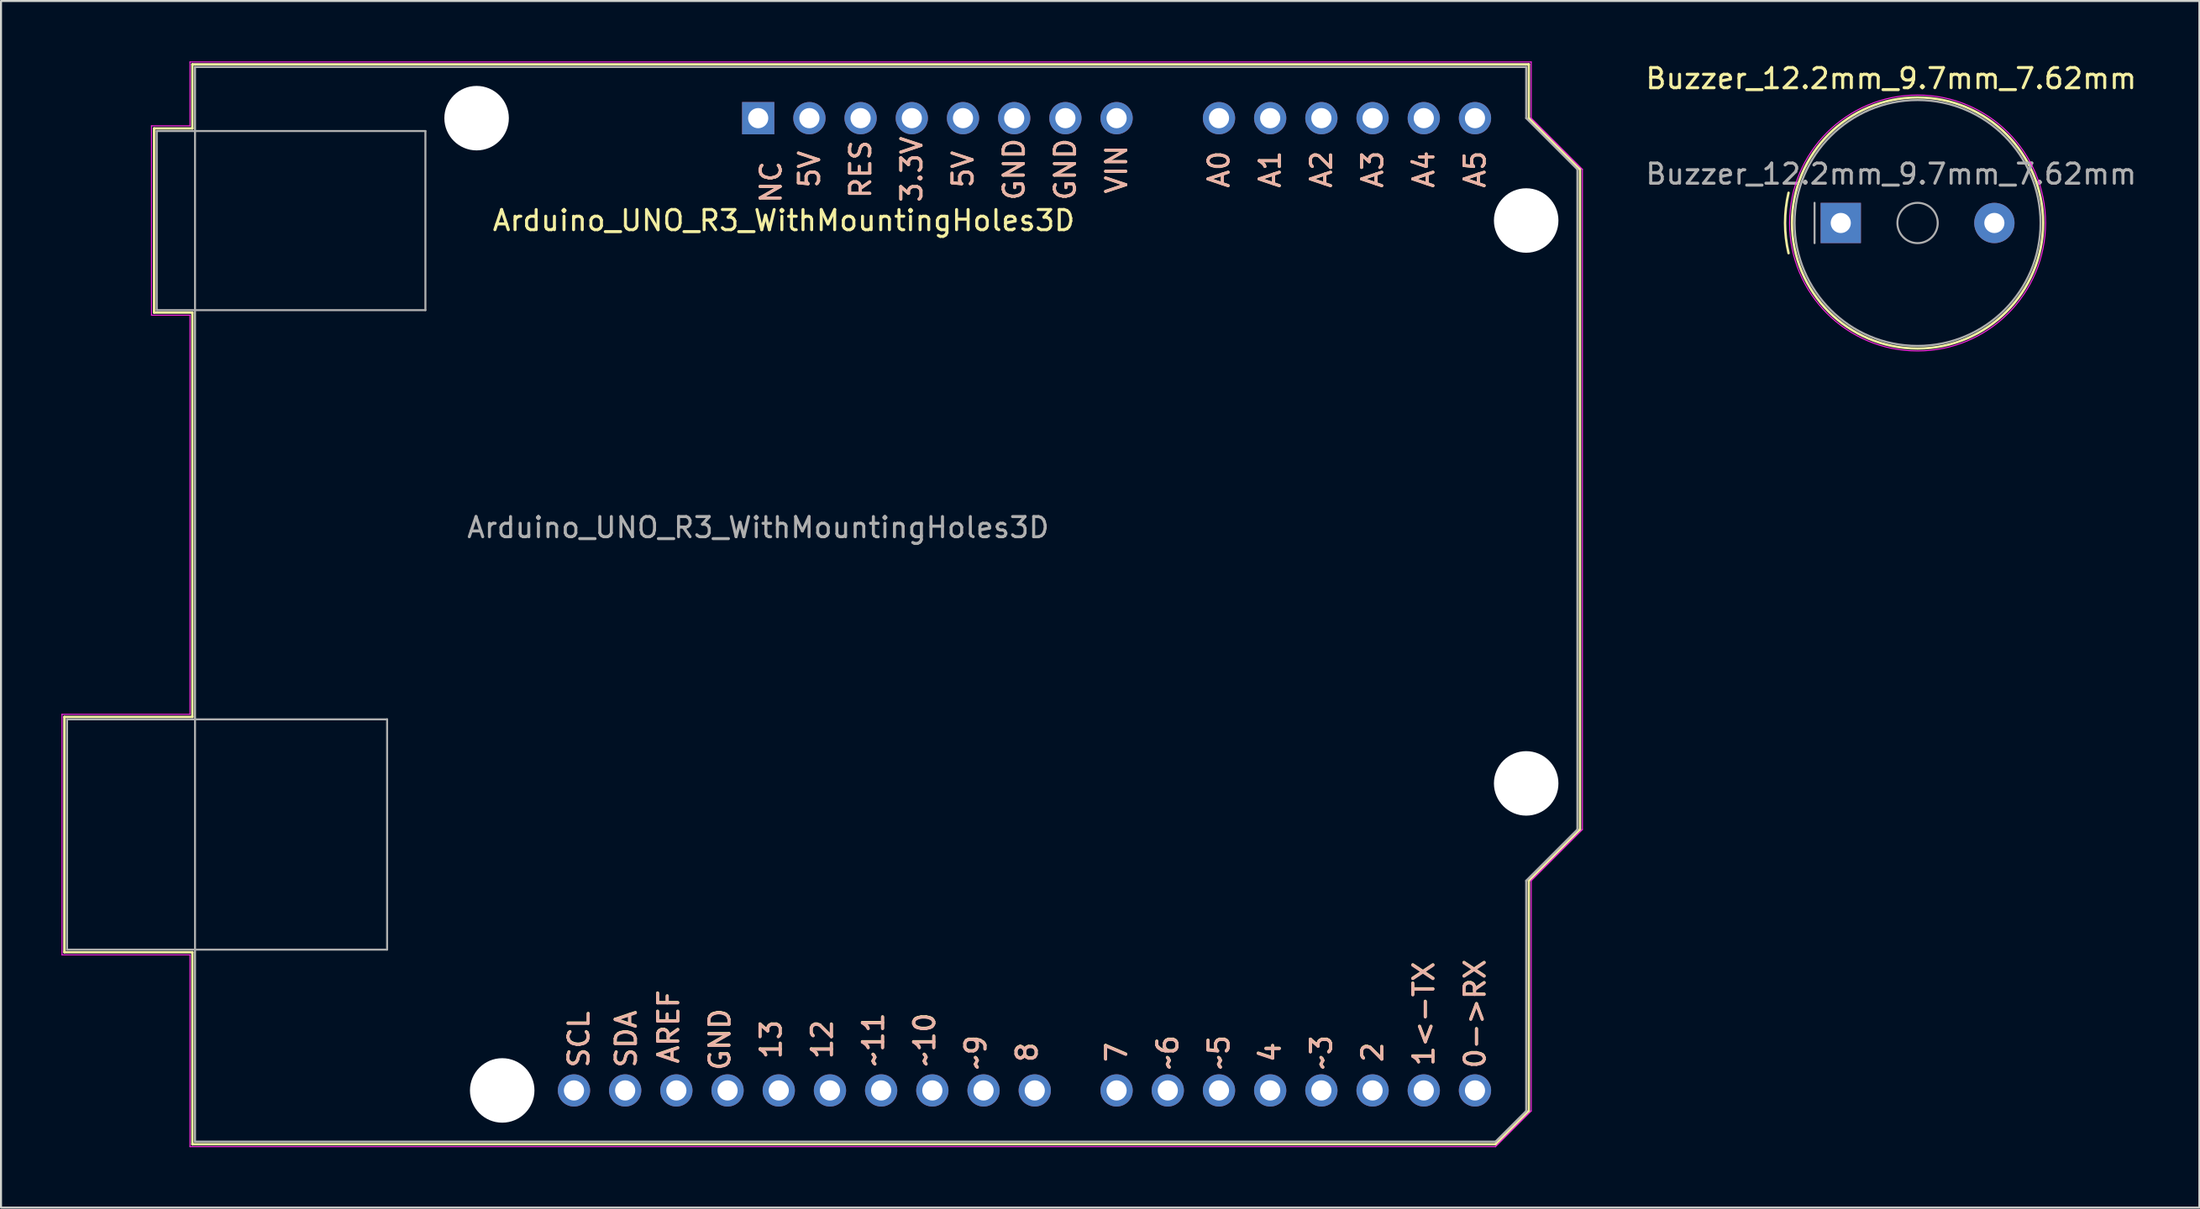
<source format=kicad_pcb>
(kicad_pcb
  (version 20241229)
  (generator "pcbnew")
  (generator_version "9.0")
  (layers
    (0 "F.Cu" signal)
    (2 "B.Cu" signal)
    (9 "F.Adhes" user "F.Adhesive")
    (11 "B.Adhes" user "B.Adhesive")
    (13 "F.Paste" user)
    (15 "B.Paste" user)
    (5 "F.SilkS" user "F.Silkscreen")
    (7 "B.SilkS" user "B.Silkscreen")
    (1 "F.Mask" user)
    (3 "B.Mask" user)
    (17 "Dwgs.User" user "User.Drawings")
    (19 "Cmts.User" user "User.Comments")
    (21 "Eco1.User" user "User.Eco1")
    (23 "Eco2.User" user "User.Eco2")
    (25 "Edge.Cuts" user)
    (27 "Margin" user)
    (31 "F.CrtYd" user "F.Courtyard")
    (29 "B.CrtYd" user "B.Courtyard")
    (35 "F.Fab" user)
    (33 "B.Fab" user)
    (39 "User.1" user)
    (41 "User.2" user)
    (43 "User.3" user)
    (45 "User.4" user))
  (footprint "Arduino_UNO_R3_WithMountingHoles3D"
    (layer "F.Cu")
    (at 34.565 2.815)
    (property "Reference" "Arduino_UNO_R3_WithMountingHoles3D" (at 1.27 5.08 180) (layer "F.SilkS") (effects (font (size 1 1) (thickness 0.15))))
    (attr through_hole)
    (fp_line (start -34.42 29.72) (end -34.42 41.4) (stroke (width 0.12) (type solid)) (layer "F.SilkS"))
    (fp_line (start -34.42 41.4) (end -28.07 41.4) (stroke (width 0.12) (type solid)) (layer "F.SilkS"))
    (fp_line (start -29.97 0.51) (end -29.97 9.65) (stroke (width 0.12) (type solid)) (layer "F.SilkS"))
    (fp_line (start -29.97 9.65) (end -28.07 9.65) (stroke (width 0.12) (type solid)) (layer "F.SilkS"))
    (fp_line (start -28.07 -2.67) (end -28.07 0.51) (stroke (width 0.12) (type solid)) (layer "F.SilkS"))
    (fp_line (start -28.07 0.51) (end -29.97 0.51) (stroke (width 0.12) (type solid)) (layer "F.SilkS"))
    (fp_line (start -28.07 9.65) (end -28.07 29.72) (stroke (width 0.12) (type solid)) (layer "F.SilkS"))
    (fp_line (start -28.07 29.72) (end -34.42 29.72) (stroke (width 0.12) (type solid)) (layer "F.SilkS"))
    (fp_line (start -28.07 41.4) (end -28.07 50.93) (stroke (width 0.12) (type solid)) (layer "F.SilkS"))
    (fp_line (start -28.07 50.93) (end 36.58 50.93) (stroke (width 0.12) (type solid)) (layer "F.SilkS"))
    (fp_line (start 36.58 50.93) (end 38.23 49.28) (stroke (width 0.12) (type solid)) (layer "F.SilkS"))
    (fp_line (start 38.23 -2.67) (end -28.07 -2.67) (stroke (width 0.12) (type solid)) (layer "F.SilkS"))
    (fp_line (start 38.23 0) (end 38.23 -2.67) (stroke (width 0.12) (type solid)) (layer "F.SilkS"))
    (fp_line (start 38.23 37.85) (end 40.77 35.31) (stroke (width 0.12) (type solid)) (layer "F.SilkS"))
    (fp_line (start 38.23 49.28) (end 38.23 37.85) (stroke (width 0.12) (type solid)) (layer "F.SilkS"))
    (fp_line (start 40.77 2.54) (end 38.23 0) (stroke (width 0.12) (type solid)) (layer "F.SilkS"))
    (fp_line (start 40.77 35.31) (end 40.77 2.54) (stroke (width 0.12) (type solid)) (layer "F.SilkS"))
    (fp_line (start -34.54 29.59) (end -28.19 29.59) (stroke (width 0.05) (type solid)) (layer "F.CrtYd"))
    (fp_line (start -34.54 41.53) (end -34.54 29.59) (stroke (width 0.05) (type solid)) (layer "F.CrtYd"))
    (fp_line (start -30.1 0.38) (end -28.19 0.38) (stroke (width 0.05) (type solid)) (layer "F.CrtYd"))
    (fp_line (start -30.1 9.78) (end -30.1 0.38) (stroke (width 0.05) (type solid)) (layer "F.CrtYd"))
    (fp_line (start -28.19 -2.79) (end 38.35 -2.79) (stroke (width 0.05) (type solid)) (layer "F.CrtYd"))
    (fp_line (start -28.19 0.38) (end -28.19 -2.79) (stroke (width 0.05) (type solid)) (layer "F.CrtYd"))
    (fp_line (start -28.19 9.78) (end -30.1 9.78) (stroke (width 0.05) (type solid)) (layer "F.CrtYd"))
    (fp_line (start -28.19 29.59) (end -28.19 9.78) (stroke (width 0.05) (type solid)) (layer "F.CrtYd"))
    (fp_line (start -28.19 41.53) (end -34.54 41.53) (stroke (width 0.05) (type solid)) (layer "F.CrtYd"))
    (fp_line (start -28.19 51.05) (end -28.19 41.53) (stroke (width 0.05) (type solid)) (layer "F.CrtYd"))
    (fp_line (start 36.58 51.05) (end -28.19 51.05) (stroke (width 0.05) (type solid)) (layer "F.CrtYd"))
    (fp_line (start 38.35 -2.79) (end 38.35 0) (stroke (width 0.05) (type solid)) (layer "F.CrtYd"))
    (fp_line (start 38.35 0) (end 40.89 2.54) (stroke (width 0.05) (type solid)) (layer "F.CrtYd"))
    (fp_line (start 38.35 37.85) (end 38.35 49.28) (stroke (width 0.05) (type solid)) (layer "F.CrtYd"))
    (fp_line (start 38.35 49.28) (end 36.58 51.05) (stroke (width 0.05) (type solid)) (layer "F.CrtYd"))
    (fp_line (start 40.89 2.54) (end 40.89 35.31) (stroke (width 0.05) (type solid)) (layer "F.CrtYd"))
    (fp_line (start 40.89 35.31) (end 38.35 37.85) (stroke (width 0.05) (type solid)) (layer "F.CrtYd"))
    (fp_line (start -34.29 29.84) (end -18.41 29.84) (stroke (width 0.1) (type solid)) (layer "F.Fab"))
    (fp_line (start -34.29 41.27) (end -34.29 29.84) (stroke (width 0.1) (type solid)) (layer "F.Fab"))
    (fp_line (start -29.84 0.64) (end -16.51 0.64) (stroke (width 0.1) (type solid)) (layer "F.Fab"))
    (fp_line (start -29.84 9.53) (end -29.84 0.64) (stroke (width 0.1) (type solid)) (layer "F.Fab"))
    (fp_line (start -27.94 -2.54) (end 38.1 -2.54) (stroke (width 0.1) (type solid)) (layer "F.Fab"))
    (fp_line (start -27.94 50.8) (end -27.94 -2.54) (stroke (width 0.1) (type solid)) (layer "F.Fab"))
    (fp_line (start -18.41 29.84) (end -18.41 41.27) (stroke (width 0.1) (type solid)) (layer "F.Fab"))
    (fp_line (start -18.41 41.27) (end -34.29 41.27) (stroke (width 0.1) (type solid)) (layer "F.Fab"))
    (fp_line (start -16.51 0.64) (end -16.51 9.53) (stroke (width 0.1) (type solid)) (layer "F.Fab"))
    (fp_line (start -16.51 9.53) (end -29.84 9.53) (stroke (width 0.1) (type solid)) (layer "F.Fab"))
    (fp_line (start 36.58 50.8) (end -27.94 50.8) (stroke (width 0.1) (type solid)) (layer "F.Fab"))
    (fp_line (start 38.1 -2.54) (end 38.1 0) (stroke (width 0.1) (type solid)) (layer "F.Fab"))
    (fp_line (start 38.1 0) (end 40.64 2.54) (stroke (width 0.1) (type solid)) (layer "F.Fab"))
    (fp_line (start 38.1 37.85) (end 38.1 49.28) (stroke (width 0.1) (type solid)) (layer "F.Fab"))
    (fp_line (start 38.1 49.28) (end 36.58 50.8) (stroke (width 0.1) (type solid)) (layer "F.Fab"))
    (fp_line (start 40.64 2.54) (end 40.64 35.31) (stroke (width 0.1) (type solid)) (layer "F.Fab"))
    (fp_line (start 40.64 35.31) (end 38.1 37.85) (stroke (width 0.1) (type solid)) (layer "F.Fab"))
    (fp_text user "~10" (at 8.255 45.72 90) (unlocked yes) (layer "F.SilkS") (effects (font (size 1 1) (thickness 0.15))))
    (fp_text user "A0" (at 22.86 2.54 90) (unlocked yes) (layer "F.SilkS") (effects (font (size 1 1) (thickness 0.15))))
    (fp_text user "~3" (at 27.94 46.355 90) (unlocked yes) (layer "F.SilkS") (effects (font (size 1 1) (thickness 0.15))))
    (fp_text user "RES" (at 5.08 2.54 90) (unlocked yes) (layer "F.SilkS") (effects (font (size 1 1) (thickness 0.15))))
    (fp_text user "A4" (at 33.02 2.54 90) (unlocked yes) (layer "F.SilkS") (effects (font (size 1 1) (thickness 0.15))))
    (fp_text user "VIN" (at 17.78 2.54 90) (unlocked yes) (layer "F.SilkS") (effects (font (size 1 1) (thickness 0.15))))
    (fp_text user "GND" (at -1.905 45.72 90) (unlocked yes) (layer "F.SilkS") (effects (font (size 1 1) (thickness 0.15))))
    (fp_text user "GND" (at 12.7 2.54 90) (unlocked yes) (layer "F.SilkS") (effects (font (size 1 1) (thickness 0.15))))
    (fp_text user "A5" (at 35.56 2.54 90) (unlocked yes) (layer "F.SilkS") (effects (font (size 1 1) (thickness 0.15))))
    (fp_text user "SCL" (at -8.89 45.72 90) (unlocked yes) (layer "F.SilkS") (effects (font (size 1 1) (thickness 0.15))))
    (fp_text user "3.3V" (at 7.62 2.54 90) (unlocked yes) (layer "F.SilkS") (effects (font (size 1 1) (thickness 0.15))))
    (fp_text user "13" (at 0.635 45.72 90) (unlocked yes) (layer "F.SilkS") (effects (font (size 1 1) (thickness 0.15))))
    (fp_text user "5V" (at 2.54 2.54 90) (unlocked yes) (layer "F.SilkS") (effects (font (size 1 1) (thickness 0.15))))
    (fp_text user "~6" (at 20.32 46.355 90) (unlocked yes) (layer "F.SilkS") (effects (font (size 1 1) (thickness 0.15))))
    (fp_text user "~11" (at 5.715 45.72 90) (unlocked yes) (layer "F.SilkS") (effects (font (size 1 1) (thickness 0.15))))
    (fp_text user "A2" (at 27.94 2.54 90) (unlocked yes) (layer "F.SilkS") (effects (font (size 1 1) (thickness 0.15))))
    (fp_text user "~9" (at 10.795 46.355 90) (unlocked yes) (layer "F.SilkS") (effects (font (size 1 1) (thickness 0.15))))
    (fp_text user "AREF" (at -4.445 45.085 90) (unlocked yes) (layer "F.SilkS") (effects (font (size 1 1) (thickness 0.15))))
    (fp_text user "GND" (at 15.24 2.54 90) (unlocked yes) (layer "F.SilkS") (effects (font (size 1 1) (thickness 0.15))))
    (fp_text user "A3" (at 30.48 2.54 90) (unlocked yes) (layer "F.SilkS") (effects (font (size 1 1) (thickness 0.15))))
    (fp_text user "~5" (at 22.86 46.355 90) (unlocked yes) (layer "F.SilkS") (effects (font (size 1 1) (thickness 0.15))))
    (fp_text user "SDA" (at -6.548 45.7 90) (unlocked yes) (layer "F.SilkS") (effects (font (size 1 1) (thickness 0.15))))
    (fp_text user "1<-TX" (at 33.02 44.45 90) (unlocked yes) (layer "F.SilkS") (effects (font (size 1 1) (thickness 0.15))))
    (fp_text user "7" (at 17.78 46.355 90) (unlocked yes) (layer "F.SilkS") (effects (font (size 1 1) (thickness 0.15))))
    (fp_text user "5V" (at 10.16 2.54 90) (unlocked yes) (layer "F.SilkS") (effects (font (size 1 1) (thickness 0.15))))
    (fp_text user "8" (at 13.335 46.355 90) (unlocked yes) (layer "F.SilkS") (effects (font (size 1 1) (thickness 0.15))))
    (fp_text user "NC" (at 0.635 3.175 90) (unlocked yes) (layer "F.SilkS") (effects (font (size 1 1) (thickness 0.15))))
    (fp_text user "0->RX" (at 35.56 44.45 90) (unlocked yes) (layer "F.SilkS") (effects (font (size 1 1) (thickness 0.15))))
    (fp_text user "4" (at 25.4 46.355 90) (unlocked yes) (layer "F.SilkS") (effects (font (size 1 1) (thickness 0.15))))
    (fp_text user "2" (at 30.48 46.355 90) (unlocked yes) (layer "F.SilkS") (effects (font (size 1 1) (thickness 0.15))))
    (fp_text user "12" (at 3.175 45.72 90) (unlocked yes) (layer "F.SilkS") (effects (font (size 1 1) (thickness 0.15))))
    (fp_text user "A1" (at 25.4 2.54 90) (unlocked yes) (layer "F.SilkS") (effects (font (size 1 1) (thickness 0.15))))
    (fp_text user "~10" (at 8.255 45.74 90) (unlocked yes) (layer "B.SilkS") (effects (font (size 1 1) (thickness 0.15))))
    (fp_text user "~5" (at 22.86 46.375 90) (unlocked yes) (layer "B.SilkS") (effects (font (size 1 1) (thickness 0.15))))
    (fp_text user "A5" (at 35.56 2.54 90) (unlocked yes) (layer "B.SilkS") (effects (font (size 1 1) (thickness 0.15))))
    (fp_text user "SCL" (at -8.89 45.74 90) (unlocked yes) (layer "B.SilkS") (effects (font (size 1 1) (thickness 0.15))))
    (fp_text user "13" (at 0.635 45.74 90) (unlocked yes) (layer "B.SilkS") (effects (font (size 1 1) (thickness 0.15))))
    (fp_text user "A1" (at 25.4 2.54 90) (unlocked yes) (layer "B.SilkS") (effects (font (size 1 1) (thickness 0.15))))
    (fp_text user "7" (at 17.78 46.375 90) (unlocked yes) (layer "B.SilkS") (effects (font (size 1 1) (thickness 0.15))))
    (fp_text user "A0" (at 22.86 2.54 90) (unlocked yes) (layer "B.SilkS") (effects (font (size 1 1) (thickness 0.15))))
    (fp_text user "~9" (at 10.795 46.375 90) (unlocked yes) (layer "B.SilkS") (effects (font (size 1 1) (thickness 0.15))))
    (fp_text user "SDA" (at -6.548 45.72 90) (unlocked yes) (layer "B.SilkS") (effects (font (size 1 1) (thickness 0.15))))
    (fp_text user "0->RX" (at 35.56 44.47 90) (unlocked yes) (layer "B.SilkS") (effects (font (size 1 1) (thickness 0.15))))
    (fp_text user "GND" (at 15.24 2.54 90) (unlocked yes) (layer "B.SilkS") (effects (font (size 1 1) (thickness 0.15))))
    (fp_text user "8" (at 13.335 46.375 90) (unlocked yes) (layer "B.SilkS") (effects (font (size 1 1) (thickness 0.15))))
    (fp_text user "A4" (at 33.02 2.54 90) (unlocked yes) (layer "B.SilkS") (effects (font (size 1 1) (thickness 0.15))))
    (fp_text user "NC" (at 0.635 3.175 90) (unlocked yes) (layer "B.SilkS") (effects (font (size 1 1) (thickness 0.15))))
    (fp_text user "1<-TX" (at 33.02 44.47 90) (unlocked yes) (layer "B.SilkS") (effects (font (size 1 1) (thickness 0.15))))
    (fp_text user "3.3V" (at 7.62 2.54 90) (unlocked yes) (layer "B.SilkS") (effects (font (size 1 1) (thickness 0.15))))
    (fp_text user "~11" (at 5.715 45.74 90) (unlocked yes) (layer "B.SilkS") (effects (font (size 1 1) (thickness 0.15))))
    (fp_text user "5V" (at 2.54 2.54 90) (unlocked yes) (layer "B.SilkS") (effects (font (size 1 1) (thickness 0.15))))
    (fp_text user "5V" (at 10.16 2.54 90) (unlocked yes) (layer "B.SilkS") (effects (font (size 1 1) (thickness 0.15))))
    (fp_text user "4" (at 25.4 46.375 90) (unlocked yes) (layer "B.SilkS") (effects (font (size 1 1) (thickness 0.15))))
    (fp_text user "GND" (at -1.905 45.74 90) (unlocked yes) (layer "B.SilkS") (effects (font (size 1 1) (thickness 0.15))))
    (fp_text user "RES" (at 5.08 2.54 90) (unlocked yes) (layer "B.SilkS") (effects (font (size 1 1) (thickness 0.15))))
    (fp_text user "12" (at 3.175 45.74 90) (unlocked yes) (layer "B.SilkS") (effects (font (size 1 1) (thickness 0.15))))
    (fp_text user "2" (at 30.48 46.375 90) (unlocked yes) (layer "B.SilkS") (effects (font (size 1 1) (thickness 0.15))))
    (fp_text user "~6" (at 20.32 46.375 90) (unlocked yes) (layer "B.SilkS") (effects (font (size 1 1) (thickness 0.15))))
    (fp_text user "A2" (at 27.94 2.54 90) (unlocked yes) (layer "B.SilkS") (effects (font (size 1 1) (thickness 0.15))))
    (fp_text user "A3" (at 30.48 2.54 90) (unlocked yes) (layer "B.SilkS") (effects (font (size 1 1) (thickness 0.15))))
    (fp_text user "~3" (at 27.94 46.375 90) (unlocked yes) (layer "B.SilkS") (effects (font (size 1 1) (thickness 0.15))))
    (fp_text user "VIN" (at 17.78 2.54 90) (unlocked yes) (layer "B.SilkS") (effects (font (size 1 1) (thickness 0.15))))
    (fp_text user "AREF" (at -4.445 45.105 90) (unlocked yes) (layer "B.SilkS") (effects (font (size 1 1) (thickness 0.15))))
    (fp_text user "GND" (at 12.7 2.54 90) (unlocked yes) (layer "B.SilkS") (effects (font (size 1 1) (thickness 0.15))))
    (fp_text user "${REFERENCE}" (at 0 20.32 180) (layer "F.Fab") (effects (font (size 1 1) (thickness 0.15))))
    (pad "" np_thru_hole circle (at -13.97 0 90) (size 3.2 3.2) (drill 3.2) (layers "*.Cu" "*.Mask"))
    (pad "" np_thru_hole circle (at -12.7 48.26 90) (size 3.2 3.2) (drill 3.2) (layers "*.Cu" "*.Mask"))
    (pad "" np_thru_hole circle (at 38.1 5.08 90) (size 3.2 3.2) (drill 3.2) (layers "*.Cu" "*.Mask"))
    (pad "" np_thru_hole circle (at 38.1 33.02 90) (size 3.2 3.2) (drill 3.2) (layers "*.Cu" "*.Mask"))
    (pad "1" thru_hole rect (at 0 0 90) (size 1.6 1.6) (drill 1) (layers "*.Cu" "*.Mask"))
    (pad "2" thru_hole oval (at 2.54 0 90) (size 1.6 1.6) (drill 1) (layers "*.Cu" "*.Mask"))
    (pad "3" thru_hole oval (at 5.08 0 90) (size 1.6 1.6) (drill 1) (layers "*.Cu" "*.Mask"))
    (pad "4" thru_hole oval (at 7.62 0 90) (size 1.6 1.6) (drill 1) (layers "*.Cu" "*.Mask"))
    (pad "5" thru_hole oval (at 10.16 0 90) (size 1.6 1.6) (drill 1) (layers "*.Cu" "*.Mask"))
    (pad "6" thru_hole oval (at 12.7 0 90) (size 1.6 1.6) (drill 1) (layers "*.Cu" "*.Mask"))
    (pad "7" thru_hole oval (at 15.24 0 90) (size 1.6 1.6) (drill 1) (layers "*.Cu" "*.Mask"))
    (pad "8" thru_hole oval (at 17.78 0 90) (size 1.6 1.6) (drill 1) (layers "*.Cu" "*.Mask"))
    (pad "9" thru_hole oval (at 22.86 0 90) (size 1.6 1.6) (drill 1) (layers "*.Cu" "*.Mask"))
    (pad "10" thru_hole oval (at 25.4 0 90) (size 1.6 1.6) (drill 1) (layers "*.Cu" "*.Mask"))
    (pad "11" thru_hole oval (at 27.94 0 90) (size 1.6 1.6) (drill 1) (layers "*.Cu" "*.Mask"))
    (pad "12" thru_hole oval (at 30.48 0 90) (size 1.6 1.6) (drill 1) (layers "*.Cu" "*.Mask"))
    (pad "13" thru_hole oval (at 33.02 0 90) (size 1.6 1.6) (drill 1) (layers "*.Cu" "*.Mask"))
    (pad "14" thru_hole oval (at 35.56 0 90) (size 1.6 1.6) (drill 1) (layers "*.Cu" "*.Mask"))
    (pad "15" thru_hole oval (at 35.56 48.26 90) (size 1.6 1.6) (drill 1) (layers "*.Cu" "*.Mask"))
    (pad "16" thru_hole oval (at 33.02 48.26 90) (size 1.6 1.6) (drill 1) (layers "*.Cu" "*.Mask"))
    (pad "17" thru_hole oval (at 30.48 48.26 90) (size 1.6 1.6) (drill 1) (layers "*.Cu" "*.Mask"))
    (pad "18" thru_hole oval (at 27.94 48.26 90) (size 1.6 1.6) (drill 1) (layers "*.Cu" "*.Mask"))
    (pad "19" thru_hole oval (at 25.4 48.26 90) (size 1.6 1.6) (drill 1) (layers "*.Cu" "*.Mask"))
    (pad "20" thru_hole oval (at 22.86 48.26 90) (size 1.6 1.6) (drill 1) (layers "*.Cu" "*.Mask"))
    (pad "21" thru_hole oval (at 20.32 48.26 90) (size 1.6 1.6) (drill 1) (layers "*.Cu" "*.Mask"))
    (pad "22" thru_hole oval (at 17.78 48.26 90) (size 1.6 1.6) (drill 1) (layers "*.Cu" "*.Mask"))
    (pad "23" thru_hole oval (at 13.72 48.26 90) (size 1.6 1.6) (drill 1) (layers "*.Cu" "*.Mask"))
    (pad "24" thru_hole oval (at 11.18 48.26 90) (size 1.6 1.6) (drill 1) (layers "*.Cu" "*.Mask"))
    (pad "25" thru_hole oval (at 8.64 48.26 90) (size 1.6 1.6) (drill 1) (layers "*.Cu" "*.Mask"))
    (pad "26" thru_hole oval (at 6.1 48.26 90) (size 1.6 1.6) (drill 1) (layers "*.Cu" "*.Mask"))
    (pad "27" thru_hole oval (at 3.56 48.26 90) (size 1.6 1.6) (drill 1) (layers "*.Cu" "*.Mask"))
    (pad "28" thru_hole oval (at 1.02 48.26 90) (size 1.6 1.6) (drill 1) (layers "*.Cu" "*.Mask"))
    (pad "29" thru_hole oval (at -1.52 48.26 90) (size 1.6 1.6) (drill 1) (layers "*.Cu" "*.Mask"))
    (pad "30" thru_hole oval (at -4.06 48.26 90) (size 1.6 1.6) (drill 1) (layers "*.Cu" "*.Mask"))
    (pad "31" thru_hole oval (at -6.6 48.26 90) (size 1.6 1.6) (drill 1) (layers "*.Cu" "*.Mask"))
    (pad "32" thru_hole oval (at -9.14 48.26 90) (size 1.6 1.6) (drill 1) (layers "*.Cu" "*.Mask")))
  (footprint "Buzzer_12.2mm_9.7mm_7.62mm"
    (layer "F.Cu")
    (at 88.272 8.018)
    (property "Reference" "Buzzer_12.2mm_9.7mm_7.62mm" (at 2.5 -7.17 0) (layer "F.SilkS") (effects (font (size 1 1) (thickness 0.15))))
    (attr through_hole)
    (fp_arc (start -2.59 1.499999) (mid -2.763431 0) (end -2.59 -1.5) (stroke (width 0.12) (type solid)) (layer "F.SilkS"))
    (fp_circle (center 3.81 0) (end 10.04 0) (stroke (width 0.12) (type solid)) (fill no) (layer "F.SilkS"))
    (fp_circle (center 3.81 0) (end 10.16 0) (stroke (width 0.05) (type solid)) (fill no) (layer "F.CrtYd"))
    (fp_line (start -1.3 -1) (end -1.3 1) (stroke (width 0.1) (type solid)) (layer "F.Fab"))
    (fp_circle (center 3.81 0) (end 4.81 0) (stroke (width 0.1) (type solid)) (fill no) (layer "F.Fab"))
    (fp_circle (center 3.81 0) (end 9.91 0) (stroke (width 0.1) (type solid)) (fill no) (layer "F.Fab"))
    (fp_text user "${REFERENCE}" (at 2.5 -2.43 0) (layer "F.Fab") (effects (font (size 1 1) (thickness 0.15))))
    (pad "1" thru_hole rect (at 0 0) (size 2 2) (drill 1) (layers "*.Cu" "*.Mask"))
    (pad "2" thru_hole circle (at 7.62 0) (size 2 2) (drill 1) (layers "*.Cu" "*.Mask")))
  (gr_rect
    (start -3 -3)
    (end 106.063 56.89)
    (stroke (width 0.1) (type default))
    (fill no)
    (layer "Edge.Cuts")))
</source>
